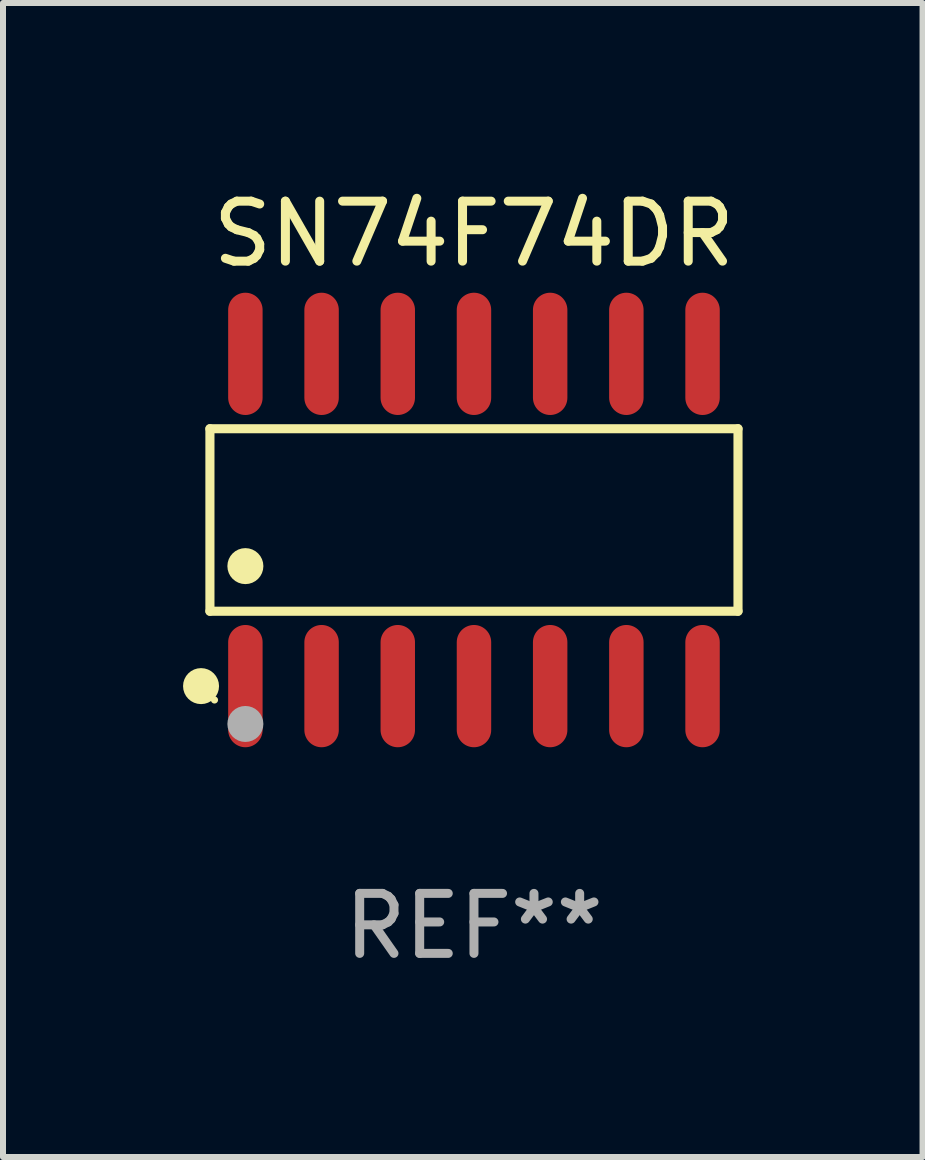
<source format=kicad_pcb>
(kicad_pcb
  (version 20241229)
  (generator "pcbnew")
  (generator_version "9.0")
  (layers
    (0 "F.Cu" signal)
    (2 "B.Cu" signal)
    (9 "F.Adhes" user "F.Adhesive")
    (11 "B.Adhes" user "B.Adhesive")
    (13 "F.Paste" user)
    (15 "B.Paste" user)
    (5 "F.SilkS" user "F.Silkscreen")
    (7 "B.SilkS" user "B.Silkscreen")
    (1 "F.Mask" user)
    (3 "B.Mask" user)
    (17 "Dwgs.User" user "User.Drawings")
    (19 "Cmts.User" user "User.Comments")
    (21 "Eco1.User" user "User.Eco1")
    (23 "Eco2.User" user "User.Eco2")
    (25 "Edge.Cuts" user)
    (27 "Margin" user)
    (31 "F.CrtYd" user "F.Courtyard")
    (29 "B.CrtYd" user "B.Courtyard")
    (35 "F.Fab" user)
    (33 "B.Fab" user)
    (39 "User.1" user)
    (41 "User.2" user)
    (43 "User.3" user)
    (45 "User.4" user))
  (footprint "SN74F74DR"
    (layer "F.Cu")
    (at 4.85 5.617)
    (property "Reference" "SN74F74DR" (at 0 -4.769 0) (layer "F.SilkS") (effects (font (size 1 1) (thickness 0.15))))
    (attr through_hole)
    (fp_line (start -4.401 -1.521) (end 4.401 -1.521) (stroke (width 0.152) (type solid)) (layer "F.SilkS"))
    (fp_line (start -4.401 1.521) (end -4.401 -1.521) (stroke (width 0.152) (type solid)) (layer "F.SilkS"))
    (fp_line (start 4.401 -1.521) (end 4.401 1.521) (stroke (width 0.152) (type solid)) (layer "F.SilkS"))
    (fp_line (start 4.401 1.521) (end -4.401 1.521) (stroke (width 0.152) (type solid)) (layer "F.SilkS"))
    (fp_circle (center -4.549 2.769) (end -4.399 2.769) (stroke (width 0.3) (type solid)) (fill no) (layer "F.SilkS"))
    (fp_circle (center -4.325 3) (end -4.295 3) (stroke (width 0.06) (type solid)) (fill no) (layer "F.SilkS"))
    (fp_circle (center -3.81 0.769) (end -3.66 0.769) (stroke (width 0.3) (type solid)) (fill no) (layer "F.SilkS"))
    (fp_circle (center -3.81 3.4) (end -3.66 3.4) (stroke (width 0.3) (type solid)) (fill no) (layer "F.Fab"))
    (fp_text user "REF**" (at 0 6.769 0) (layer "F.Fab") (effects (font (size 1 1) (thickness 0.15))))
    (pad "1" smd oval (at -3.81 2.769) (size 0.574 2.038) (layers "F.Cu" "F.Mask" "F.Paste"))
    (pad "2" smd oval (at -2.54 2.769) (size 0.574 2.038) (layers "F.Cu" "F.Mask" "F.Paste"))
    (pad "3" smd oval (at -1.27 2.769) (size 0.574 2.038) (layers "F.Cu" "F.Mask" "F.Paste"))
    (pad "4" smd oval (at 0 2.769) (size 0.574 2.038) (layers "F.Cu" "F.Mask" "F.Paste"))
    (pad "5" smd oval (at 1.27 2.769) (size 0.574 2.038) (layers "F.Cu" "F.Mask" "F.Paste"))
    (pad "6" smd oval (at 2.54 2.769) (size 0.574 2.038) (layers "F.Cu" "F.Mask" "F.Paste"))
    (pad "7" smd oval (at 3.81 2.769) (size 0.574 2.038) (layers "F.Cu" "F.Mask" "F.Paste"))
    (pad "8" smd oval (at 3.81 -2.769) (size 0.574 2.038) (layers "F.Cu" "F.Mask" "F.Paste"))
    (pad "9" smd oval (at 2.54 -2.769) (size 0.574 2.038) (layers "F.Cu" "F.Mask" "F.Paste"))
    (pad "10" smd oval (at 1.27 -2.769) (size 0.574 2.038) (layers "F.Cu" "F.Mask" "F.Paste"))
    (pad "11" smd oval (at 0 -2.769) (size 0.574 2.038) (layers "F.Cu" "F.Mask" "F.Paste"))
    (pad "12" smd oval (at -1.27 -2.769) (size 0.574 2.038) (layers "F.Cu" "F.Mask" "F.Paste"))
    (pad "13" smd oval (at -2.54 -2.769) (size 0.574 2.038) (layers "F.Cu" "F.Mask" "F.Paste"))
    (pad "14" smd oval (at -3.81 -2.769) (size 0.574 2.038) (layers "F.Cu" "F.Mask" "F.Paste")))
  (gr_rect
    (start -3 -3)
    (end 12.327 16.235)
    (stroke (width 0.1) (type default))
    (fill no)
    (layer "Edge.Cuts")))
</source>
